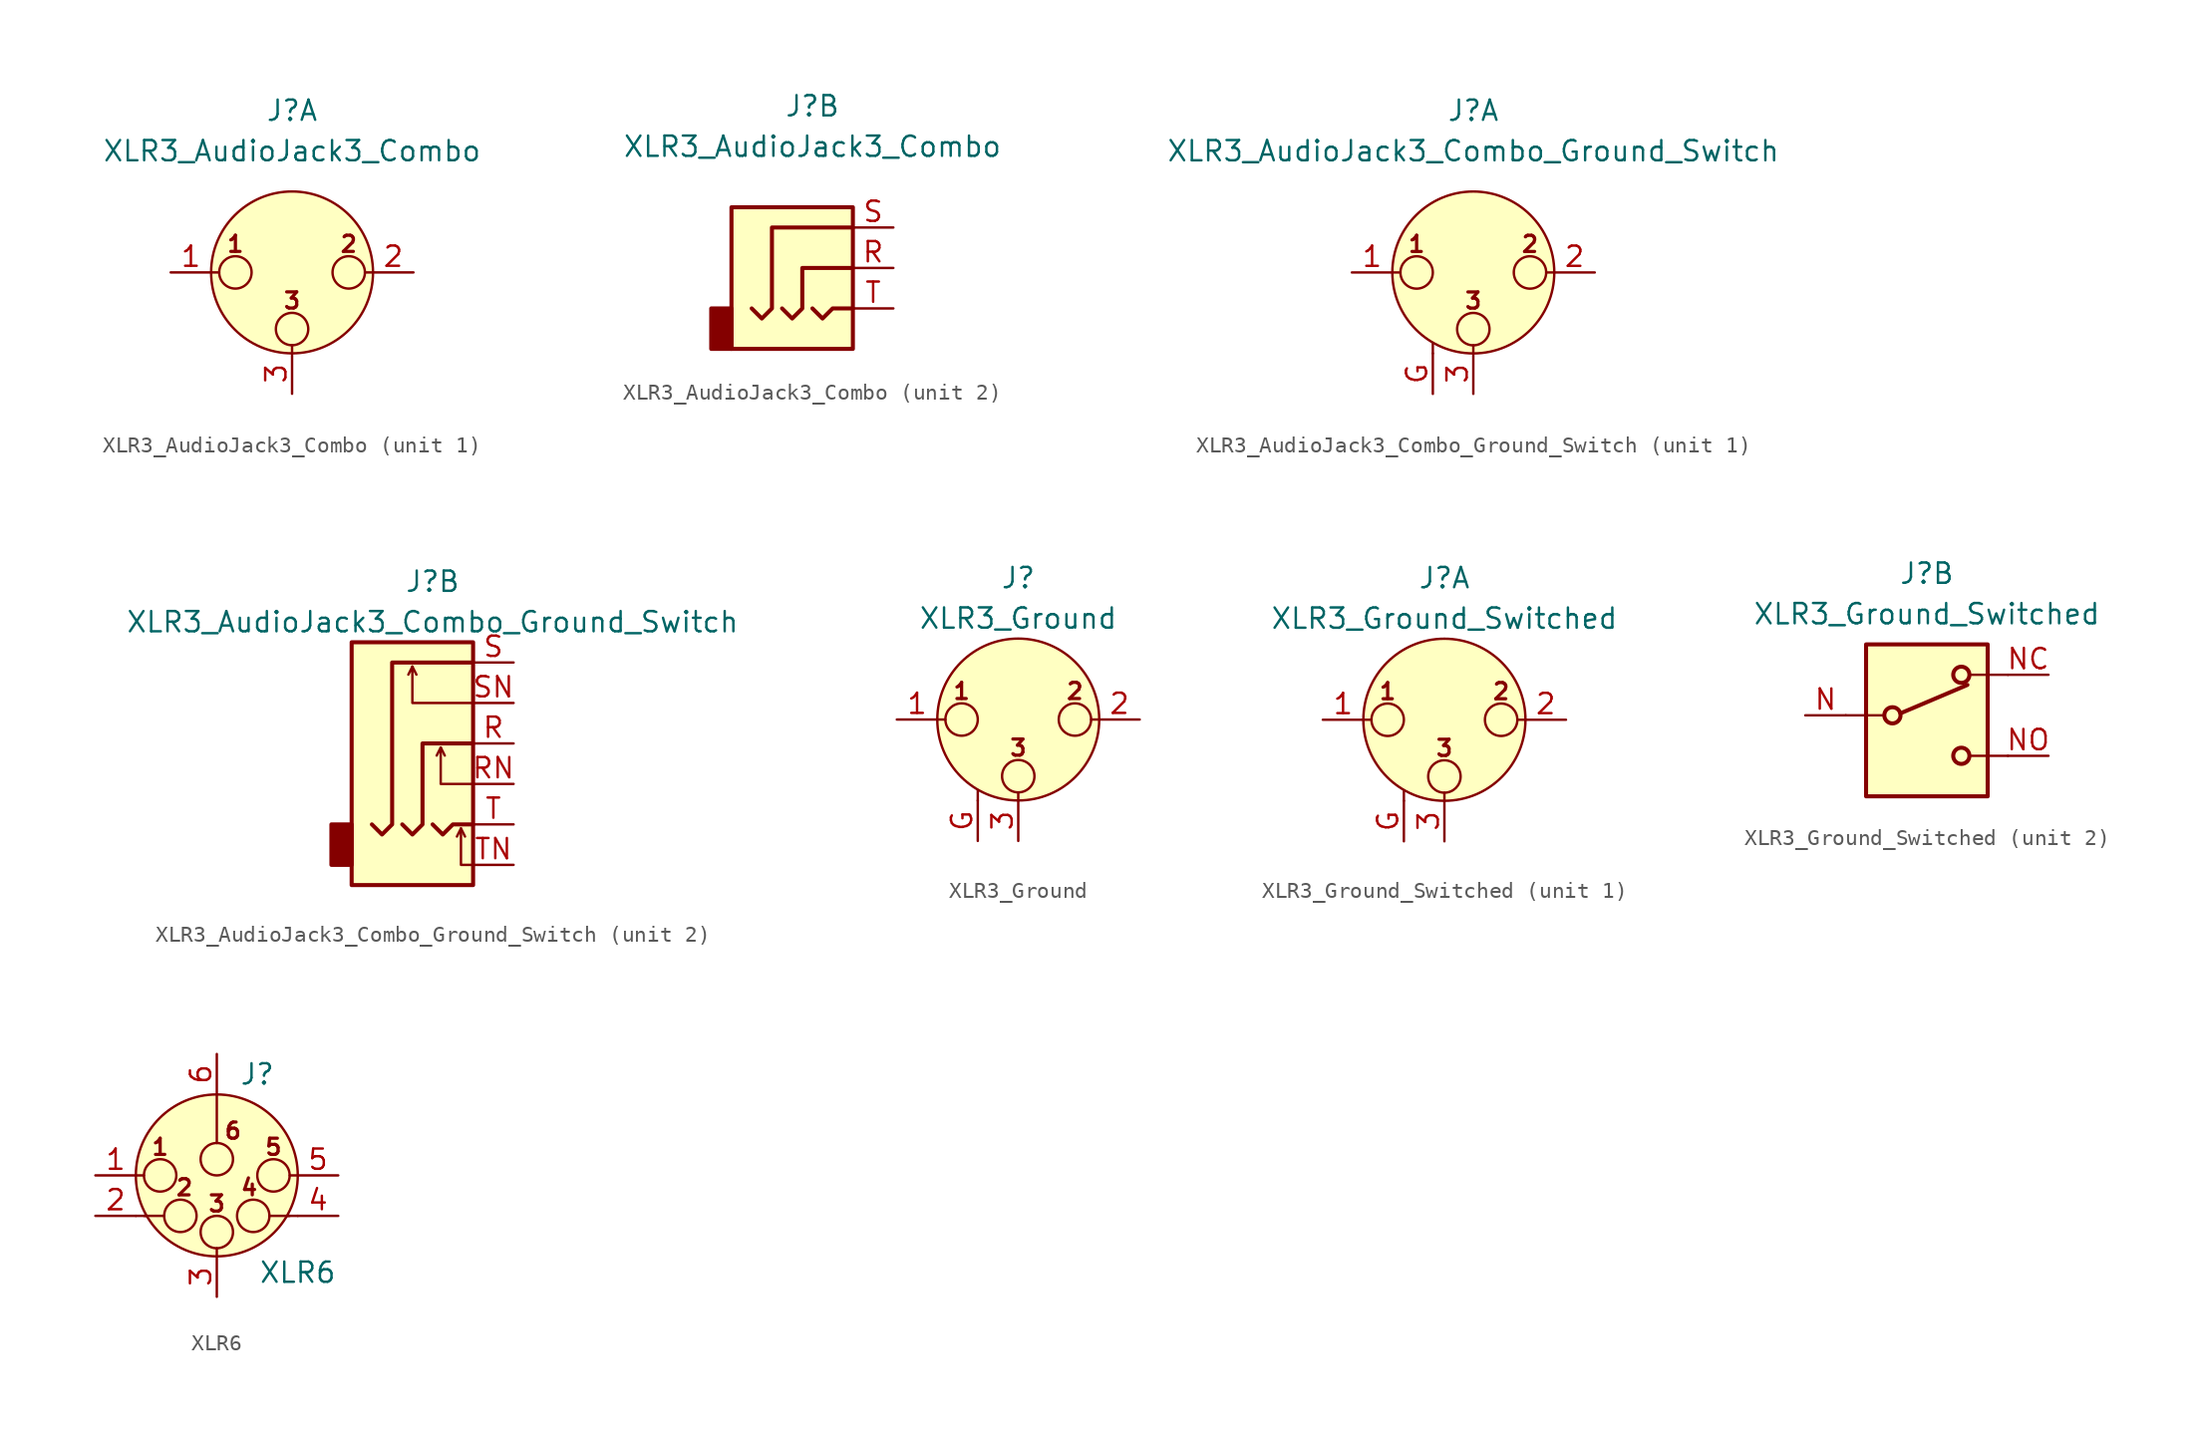
<source format=kicad_sym>
(kicad_symbol_lib
  (version 20210619)
  (generator kicad_symbol_editor)
  (symbol "Connector:XLR3_AudioJack3_Combo"
    (pin_names hide)
    (property "Reference" "J"
      (at 0 10.16 0)
      (effects (font (size 1.27 1.27))))
    (property "Value" "XLR3_AudioJack3_Combo"
      (at 0 7.62 0)
      (effects (font (size 1.27 1.27))))
    (symbol "XLR3_AudioJack3_Combo_1_1"
      (circle (center -3.556 0) (radius 1.016) (stroke (width 0)) (fill (type none)))
      (circle (center 0 -3.556) (radius 1.016) (stroke (width 0)) (fill (type none)))
      (circle (center 3.556 0) (radius 1.016) (stroke (width 0)) (fill (type none)))
      (circle (center 0 0) (radius 5.08) (stroke (width 0)) (fill (type background)))
      (text "1" (at -3.556 1.778 0) (effects (font (size 1.016 1.016) bold)))
      (text "2" (at 3.556 1.778 0) (effects (font (size 1.016 1.016) bold)))
      (text "3" (at 0 -1.778 0) (effects (font (size 1.016 1.016) bold)))
      (polyline (pts (xy -5.08 0) (xy -4.572 0)) (stroke (width 0)) (fill (type none)))
      (polyline (pts (xy 0 -5.08) (xy 0 -4.572)) (stroke (width 0)) (fill (type none)))
      (polyline (pts (xy 5.08 0) (xy 4.572 0)) (stroke (width 0)) (fill (type none)))
      (pin passive line (at -7.62 0 0) (length 2.54) (name "~" (effects (font (size 1.27 1.27)))) (number "1" (effects (font (size 1.27 1.27)))))
      (pin passive line (at 7.62 0 180) (length 2.54) (name "~" (effects (font (size 1.27 1.27)))) (number "2" (effects (font (size 1.27 1.27)))))
      (pin passive line (at 0 -7.62 90) (length 2.54) (name "~" (effects (font (size 1.27 1.27)))) (number "3" (effects (font (size 1.27 1.27))))))
    (symbol "XLR3_AudioJack3_Combo_2_1"
      (rectangle (start -5.08 -2.54) (end -6.35 -5.08) (stroke (width 0.254)) (fill (type outline)))
      (rectangle (start 2.54 3.81) (end -5.08 -5.08) (stroke (width 0.254)) (fill (type background)))
      (polyline (pts (xy 0 -2.54) (xy 0.635 -3.175) (xy 1.27 -2.54) (xy 2.54 -2.54)) (stroke (width 0.254)) (fill (type none)))
      (polyline (pts (xy -1.905 -2.54) (xy -1.27 -3.175) (xy -0.635 -2.54) (xy -0.635 0) (xy 2.54 0)) (stroke (width 0.254)) (fill (type none)))
      (polyline (pts (xy 2.54 2.54) (xy -2.54 2.54) (xy -2.54 -2.54) (xy -3.175 -3.175) (xy -3.81 -2.54)) (stroke (width 0.254)) (fill (type none)))
      (pin passive line (at 5.08 0 180) (length 2.54) (name "~" (effects (font (size 1.27 1.27)))) (number "R" (effects (font (size 1.27 1.27)))))
      (pin passive line (at 5.08 2.54 180) (length 2.54) (name "~" (effects (font (size 1.27 1.27)))) (number "S" (effects (font (size 1.27 1.27)))))
      (pin passive line (at 5.08 -2.54 180) (length 2.54) (name "~" (effects (font (size 1.27 1.27)))) (number "T" (effects (font (size 1.27 1.27)))))))
  (symbol "Connector:XLR3_AudioJack3_Combo_Ground_Switch"
    (pin_names hide)
    (property "Reference" "J"
      (at 0 10.16 0)
      (effects (font (size 1.27 1.27))))
    (property "Value" "XLR3_AudioJack3_Combo_Ground_Switch"
      (at 0 7.62 0)
      (effects (font (size 1.27 1.27))))
    (symbol "XLR3_AudioJack3_Combo_Ground_Switch_1_1"
      (circle (center -3.556 0) (radius 1.016) (stroke (width 0)) (fill (type none)))
      (circle (center 0 -3.556) (radius 1.016) (stroke (width 0)) (fill (type none)))
      (circle (center 3.556 0) (radius 1.016) (stroke (width 0)) (fill (type none)))
      (circle (center 0 0) (radius 5.08) (stroke (width 0)) (fill (type background)))
      (text "1" (at -3.556 1.778 0) (effects (font (size 1.016 1.016) bold)))
      (text "2" (at 3.556 1.778 0) (effects (font (size 1.016 1.016) bold)))
      (text "3" (at 0 -1.778 0) (effects (font (size 1.016 1.016) bold)))
      (polyline (pts (xy -5.08 0) (xy -4.572 0)) (stroke (width 0)) (fill (type none)))
      (polyline (pts (xy -2.54 -5.08) (xy -2.54 -4.445)) (stroke (width 0)) (fill (type none)))
      (polyline (pts (xy 0 -5.08) (xy 0 -4.572)) (stroke (width 0)) (fill (type none)))
      (polyline (pts (xy 5.08 0) (xy 4.572 0)) (stroke (width 0)) (fill (type none)))
      (pin passive line (at -7.62 0 0) (length 2.54) (name "~" (effects (font (size 1.27 1.27)))) (number "1" (effects (font (size 1.27 1.27)))))
      (pin passive line (at 7.62 0 180) (length 2.54) (name "~" (effects (font (size 1.27 1.27)))) (number "2" (effects (font (size 1.27 1.27)))))
      (pin passive line (at 0 -7.62 90) (length 2.54) (name "~" (effects (font (size 1.27 1.27)))) (number "3" (effects (font (size 1.27 1.27)))))
      (pin passive line (at -2.54 -7.62 90) (length 2.54) (name "~" (effects (font (size 1.27 1.27)))) (number "G" (effects (font (size 1.27 1.27))))))
    (symbol "XLR3_AudioJack3_Combo_Ground_Switch_2_1"
      (rectangle (start -5.08 -5.08) (end -6.35 -7.62) (stroke (width 0.254)) (fill (type outline)))
      (rectangle (start 2.54 6.35) (end -5.08 -8.89) (stroke (width 0.254)) (fill (type background)))
      (polyline (pts (xy -1.27 4.826) (xy -1.016 4.318)) (stroke (width 0)) (fill (type none)))
      (polyline (pts (xy 0.508 -0.254) (xy 0.762 -0.762)) (stroke (width 0)) (fill (type none)))
      (polyline (pts (xy 1.778 -5.334) (xy 2.032 -5.842)) (stroke (width 0)) (fill (type none)))
      (polyline (pts (xy 0 -5.08) (xy 0.635 -5.715) (xy 1.27 -5.08) (xy 2.54 -5.08)) (stroke (width 0.254)) (fill (type none)))
      (polyline (pts (xy 2.54 -7.62) (xy 1.778 -7.62) (xy 1.778 -5.334) (xy 1.524 -5.842)) (stroke (width 0)) (fill (type none)))
      (polyline (pts (xy 2.54 -2.54) (xy 0.508 -2.54) (xy 0.508 -0.254) (xy 0.254 -0.762)) (stroke (width 0)) (fill (type none)))
      (polyline (pts (xy 2.54 2.54) (xy -1.27 2.54) (xy -1.27 4.826) (xy -1.524 4.318)) (stroke (width 0)) (fill (type none)))
      (polyline (pts (xy -1.905 -5.08) (xy -1.27 -5.715) (xy -0.635 -5.08) (xy -0.635 0) (xy 2.54 0)) (stroke (width 0.254)) (fill (type none)))
      (polyline (pts (xy 2.54 5.08) (xy -2.54 5.08) (xy -2.54 -5.08) (xy -3.175 -5.715) (xy -3.81 -5.08)) (stroke (width 0.254)) (fill (type none)))
      (pin passive line (at 5.08 0 180) (length 2.54) (name "~" (effects (font (size 1.27 1.27)))) (number "R" (effects (font (size 1.27 1.27)))))
      (pin passive line (at 5.08 -2.54 180) (length 2.54) (name "~" (effects (font (size 1.27 1.27)))) (number "RN" (effects (font (size 1.27 1.27)))))
      (pin passive line (at 5.08 5.08 180) (length 2.54) (name "~" (effects (font (size 1.27 1.27)))) (number "S" (effects (font (size 1.27 1.27)))))
      (pin passive line (at 5.08 2.54 180) (length 2.54) (name "~" (effects (font (size 1.27 1.27)))) (number "SN" (effects (font (size 1.27 1.27)))))
      (pin passive line (at 5.08 -5.08 180) (length 2.54) (name "~" (effects (font (size 1.27 1.27)))) (number "T" (effects (font (size 1.27 1.27)))))
      (pin passive line (at 5.08 -7.62 180) (length 2.54) (name "~" (effects (font (size 1.27 1.27)))) (number "TN" (effects (font (size 1.27 1.27)))))))
  (symbol "Connector:XLR3_Ground"
    (pin_names hide)
    (property "Reference" "J"
      (at 0 8.89 0)
      (effects (font (size 1.27 1.27))))
    (property "Value" "XLR3_Ground"
      (at 0 6.35 0)
      (effects (font (size 1.27 1.27))))
    (symbol "XLR3_Ground_0_1"
      (circle (center -3.556 0) (radius 1.016) (stroke (width 0)) (fill (type none)))
      (circle (center 0 -3.556) (radius 1.016) (stroke (width 0)) (fill (type none)))
      (circle (center 3.556 0) (radius 1.016) (stroke (width 0)) (fill (type none)))
      (circle (center 0 0) (radius 5.08) (stroke (width 0)) (fill (type background)))
      (text "1" (at -3.556 1.778 0) (effects (font (size 1.016 1.016) bold)))
      (text "2" (at 3.556 1.778 0) (effects (font (size 1.016 1.016) bold)))
      (text "3" (at 0 -1.778 0) (effects (font (size 1.016 1.016) bold)))
      (polyline (pts (xy -5.08 0) (xy -4.572 0)) (stroke (width 0)) (fill (type none)))
      (polyline (pts (xy -2.54 -5.08) (xy -2.54 -4.445)) (stroke (width 0)) (fill (type none)))
      (polyline (pts (xy 0 -5.08) (xy 0 -4.572)) (stroke (width 0)) (fill (type none)))
      (polyline (pts (xy 5.08 0) (xy 4.572 0)) (stroke (width 0)) (fill (type none)))
      (pin passive line (at -7.62 0 0) (length 2.54) (name "~" (effects (font (size 1.27 1.27)))) (number "1" (effects (font (size 1.27 1.27)))))
      (pin passive line (at 7.62 0 180) (length 2.54) (name "~" (effects (font (size 1.27 1.27)))) (number "2" (effects (font (size 1.27 1.27)))))
      (pin passive line (at 0 -7.62 90) (length 2.54) (name "~" (effects (font (size 1.27 1.27)))) (number "3" (effects (font (size 1.27 1.27))))))
    (symbol "XLR3_Ground_1_1"
      (pin passive line (at -2.54 -7.62 90) (length 2.54) (name "~" (effects (font (size 1.27 1.27)))) (number "G" (effects (font (size 1.27 1.27)))))))
  (symbol "Connector:XLR3_Ground_Switched"
    (pin_names hide)
    (property "Reference" "J"
      (at 0 8.89 0)
      (effects (font (size 1.27 1.27))))
    (property "Value" "XLR3_Ground_Switched"
      (at 0 6.35 0)
      (effects (font (size 1.27 1.27))))
    (symbol "XLR3_Ground_Switched_1_1"
      (circle (center -3.556 0) (radius 1.016) (stroke (width 0)) (fill (type none)))
      (circle (center 0 -3.556) (radius 1.016) (stroke (width 0)) (fill (type none)))
      (circle (center 3.556 0) (radius 1.016) (stroke (width 0)) (fill (type none)))
      (circle (center 0 0) (radius 5.08) (stroke (width 0)) (fill (type background)))
      (text "1" (at -3.556 1.778 0) (effects (font (size 1.016 1.016) bold)))
      (text "2" (at 3.556 1.778 0) (effects (font (size 1.016 1.016) bold)))
      (text "3" (at 0 -1.778 0) (effects (font (size 1.016 1.016) bold)))
      (polyline (pts (xy -5.08 0) (xy -4.572 0)) (stroke (width 0)) (fill (type none)))
      (polyline (pts (xy -2.54 -5.08) (xy -2.54 -4.445)) (stroke (width 0)) (fill (type none)))
      (polyline (pts (xy 0 -5.08) (xy 0 -4.572)) (stroke (width 0)) (fill (type none)))
      (polyline (pts (xy 5.08 0) (xy 4.572 0)) (stroke (width 0)) (fill (type none)))
      (pin passive line (at -7.62 0 0) (length 2.54) (name "~" (effects (font (size 1.27 1.27)))) (number "1" (effects (font (size 1.27 1.27)))))
      (pin passive line (at 7.62 0 180) (length 2.54) (name "~" (effects (font (size 1.27 1.27)))) (number "2" (effects (font (size 1.27 1.27)))))
      (pin passive line (at 0 -7.62 90) (length 2.54) (name "~" (effects (font (size 1.27 1.27)))) (number "3" (effects (font (size 1.27 1.27)))))
      (pin passive line (at -2.54 -7.62 90) (length 2.54) (name "~" (effects (font (size 1.27 1.27)))) (number "G" (effects (font (size 1.27 1.27))))))
    (symbol "XLR3_Ground_Switched_2_1"
      (circle (center -2.159 0) (radius 0.508) (stroke (width 0.254)) (fill (type none)))
      (circle (center 2.159 -2.54) (radius 0.508) (stroke (width 0.254)) (fill (type none)))
      (circle (center 2.159 2.54) (radius 0.508) (stroke (width 0.254)) (fill (type none)))
      (rectangle (start -3.81 4.445) (end 3.81 -5.08) (stroke (width 0.254)) (fill (type background)))
      (polyline (pts (xy -5.08 0) (xy -2.794 0)) (stroke (width 0)) (fill (type none)))
      (polyline (pts (xy -1.651 0.127) (xy 2.54 1.905)) (stroke (width 0.254)) (fill (type none)))
      (polyline (pts (xy 5.08 -2.54) (xy 2.794 -2.54)) (stroke (width 0)) (fill (type none)))
      (polyline (pts (xy 5.08 2.54) (xy 2.794 2.54)) (stroke (width 0)) (fill (type none)))
      (pin passive line (at -7.62 0 0) (length 2.54) (name "~" (effects (font (size 1.27 1.27)))) (number "N" (effects (font (size 1.27 1.27)))))
      (pin passive line (at 7.62 2.54 180) (length 2.54) (name "~" (effects (font (size 1.27 1.27)))) (number "NC" (effects (font (size 1.27 1.27)))))
      (pin passive line (at 7.62 -2.54 180) (length 2.54) (name "~" (effects (font (size 1.27 1.27)))) (number "NO" (effects (font (size 1.27 1.27)))))))
  (symbol "Connector:XLR6"
    (pin_names hide)
    (property "Reference" "J"
      (at 2.54 6.35 0)
      (effects (font (size 1.27 1.27))))
    (property "Value" "XLR6"
      (at 5.08 -6.096 0)
      (effects (font (size 1.27 1.27))))
    (symbol "XLR6_0_1"
      (circle (center -3.556 0) (radius 1.016) (stroke (width 0)) (fill (type none)))
      (circle (center -2.286 -2.54) (radius 1.016) (stroke (width 0)) (fill (type none)))
      (circle (center 0 -3.556) (radius 1.016) (stroke (width 0)) (fill (type none)))
      (circle (center 0 1.016) (radius 1.016) (stroke (width 0)) (fill (type none)))
      (circle (center 2.286 -2.54) (radius 1.016) (stroke (width 0)) (fill (type none)))
      (circle (center 3.556 0) (radius 1.016) (stroke (width 0)) (fill (type none)))
      (circle (center 0 0) (radius 5.08) (stroke (width 0)) (fill (type background)))
      (text "1" (at -3.556 1.778 0) (effects (font (size 1.016 1.016) bold)))
      (text "2" (at -2.032 -0.762 0) (effects (font (size 1.016 1.016) bold)))
      (text "3" (at 0 -1.778 0) (effects (font (size 1.016 1.016) bold)))
      (text "4" (at 2.032 -0.762 0) (effects (font (size 1.016 1.016) bold)))
      (text "5" (at 3.556 1.778 0) (effects (font (size 1.016 1.016) bold)))
      (text "6" (at 1.016 2.794 0) (effects (font (size 1.016 1.016) bold)))
      (polyline (pts (xy -5.08 -2.54) (xy -4.445 -2.54)) (stroke (width 0)) (fill (type none)))
      (polyline (pts (xy -5.08 0) (xy -4.572 0)) (stroke (width 0)) (fill (type none)))
      (polyline (pts (xy -4.572 -2.54) (xy -3.302 -2.54)) (stroke (width 0)) (fill (type none)))
      (polyline (pts (xy 0 -5.08) (xy 0 -4.572)) (stroke (width 0)) (fill (type none)))
      (polyline (pts (xy 0 5.08) (xy 0 2.032)) (stroke (width 0)) (fill (type none)))
      (polyline (pts (xy 4.572 -2.54) (xy 3.302 -2.54)) (stroke (width 0)) (fill (type none)))
      (polyline (pts (xy 5.08 -2.54) (xy 4.445 -2.54)) (stroke (width 0)) (fill (type none)))
      (polyline (pts (xy 5.08 0) (xy 4.572 0)) (stroke (width 0)) (fill (type none))))
    (symbol "XLR6_1_1"
      (pin passive line (at -7.62 0 0) (length 2.54) (name "P1" (effects (font (size 1.27 1.27)))) (number "1" (effects (font (size 1.27 1.27)))))
      (pin passive line (at -7.62 -2.54 0) (length 2.54) (name "P2" (effects (font (size 1.27 1.27)))) (number "2" (effects (font (size 1.27 1.27)))))
      (pin passive line (at 0 -7.62 90) (length 2.54) (name "P3" (effects (font (size 1.27 1.27)))) (number "3" (effects (font (size 1.27 1.27)))))
      (pin passive line (at 7.62 -2.54 180) (length 2.54) (name "P3" (effects (font (size 1.27 1.27)))) (number "4" (effects (font (size 1.27 1.27)))))
      (pin passive line (at 7.62 0 180) (length 2.54) (name "P5" (effects (font (size 1.27 1.27)))) (number "5" (effects (font (size 1.27 1.27)))))
      (pin passive line (at 0 7.62 270) (length 2.54) (name "P6" (effects (font (size 1.27 1.27)))) (number "6" (effects (font (size 1.27 1.27))))))))
</source>
